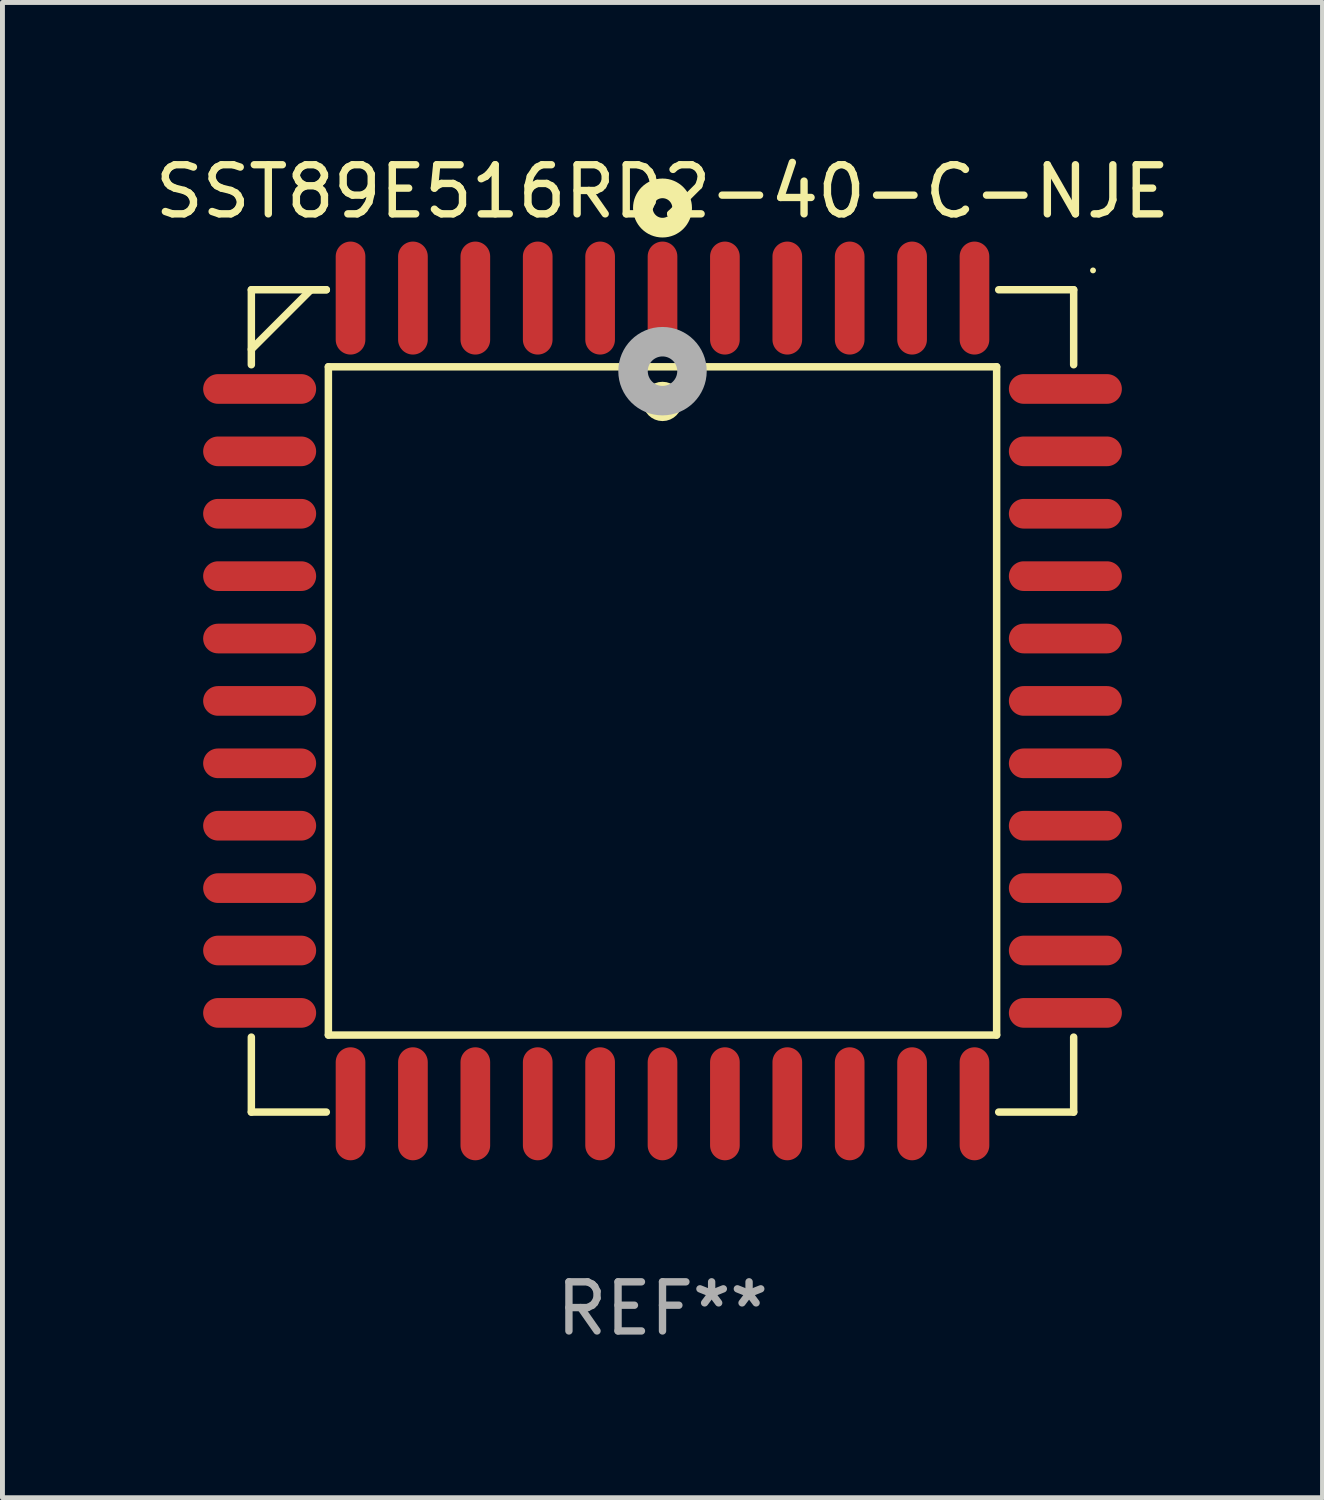
<source format=kicad_pcb>
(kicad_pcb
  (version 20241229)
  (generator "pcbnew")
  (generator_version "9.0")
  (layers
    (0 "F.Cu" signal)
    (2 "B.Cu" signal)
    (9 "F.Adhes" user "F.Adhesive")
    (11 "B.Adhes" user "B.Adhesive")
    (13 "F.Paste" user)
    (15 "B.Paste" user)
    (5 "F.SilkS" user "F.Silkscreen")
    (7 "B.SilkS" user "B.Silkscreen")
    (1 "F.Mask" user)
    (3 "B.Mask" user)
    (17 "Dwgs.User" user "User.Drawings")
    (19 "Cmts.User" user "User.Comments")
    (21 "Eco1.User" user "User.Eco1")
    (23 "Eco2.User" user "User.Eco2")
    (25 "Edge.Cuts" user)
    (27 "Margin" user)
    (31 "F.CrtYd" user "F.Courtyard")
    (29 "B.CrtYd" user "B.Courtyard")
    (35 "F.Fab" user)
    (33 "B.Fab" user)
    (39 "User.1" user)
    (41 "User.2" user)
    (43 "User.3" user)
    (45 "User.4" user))
  (footprint "SST89E516RD2-40-C-NJE"
    (layer "F.Cu")
    (at 10.435 11.217)
    (property "Reference" "SST89E516RD2-40-C-NJE" (at 0 -10.369 0) (layer "F.SilkS") (effects (font (size 1 1) (thickness 0.15))))
    (attr through_hole)
    (fp_line (start -8.369 -8.369) (end -8.369 -6.843) (stroke (width 0.152) (type solid)) (layer "F.SilkS"))
    (fp_line (start -8.369 8.369) (end -8.369 6.843) (stroke (width 0.152) (type solid)) (layer "F.SilkS"))
    (fp_line (start -7.156 -8.369) (end -8.369 -7.156) (stroke (width 0.152) (type solid)) (layer "F.SilkS"))
    (fp_line (start -6.843 -8.369) (end -8.369 -8.369) (stroke (width 0.152) (type solid)) (layer "F.SilkS"))
    (fp_line (start -6.843 -8.369) (end -7.156 -8.369) (stroke (width 0.152) (type solid)) (layer "F.SilkS"))
    (fp_line (start -6.843 8.369) (end -8.369 8.369) (stroke (width 0.152) (type solid)) (layer "F.SilkS"))
    (fp_line (start -6.801 -6.801) (end 6.801 -6.801) (stroke (width 0.152) (type solid)) (layer "F.SilkS"))
    (fp_line (start -6.801 6.801) (end -6.801 -6.801) (stroke (width 0.152) (type solid)) (layer "F.SilkS"))
    (fp_line (start 6.801 -6.801) (end 6.801 6.801) (stroke (width 0.152) (type solid)) (layer "F.SilkS"))
    (fp_line (start 6.801 6.801) (end -6.801 6.801) (stroke (width 0.152) (type solid)) (layer "F.SilkS"))
    (fp_line (start 6.843 -8.369) (end 8.369 -8.369) (stroke (width 0.152) (type solid)) (layer "F.SilkS"))
    (fp_line (start 6.843 8.369) (end 8.369 8.369) (stroke (width 0.152) (type solid)) (layer "F.SilkS"))
    (fp_line (start 8.369 -8.369) (end 8.369 -6.843) (stroke (width 0.152) (type solid)) (layer "F.SilkS"))
    (fp_line (start 8.369 8.369) (end 8.369 6.843) (stroke (width 0.152) (type solid)) (layer "F.SilkS"))
    (fp_circle (center -0.000013 -6.096) (end 0.2 -6.096) (stroke (width 0.4) (type solid)) (fill no) (layer "F.SilkS"))
    (fp_circle (center 0.000114 -10.033) (end 0.2 -10.033) (stroke (width 0.4) (type solid)) (fill no) (layer "F.SilkS"))
    (fp_circle (center 8.763 -8.763) (end 8.793 -8.763) (stroke (width 0.06) (type solid)) (fill no) (layer "F.SilkS"))
    (fp_circle (center 0.000114 -6.712) (end 0.3 -6.712) (stroke (width 0.6) (type solid)) (fill no) (layer "F.Fab"))
    (fp_text user "REF**" (at 0 12.369 0) (layer "F.Fab") (effects (font (size 1 1) (thickness 0.15))))
    (pad "1" smd oval (at 0.000114 -8.2) (size 0.604 2.3) (layers "F.Cu" "F.Mask" "F.Paste"))
    (pad "2" smd oval (at -1.27 -8.2) (size 0.604 2.3) (layers "F.Cu" "F.Mask" "F.Paste"))
    (pad "3" smd oval (at -2.54 -8.2) (size 0.604 2.3) (layers "F.Cu" "F.Mask" "F.Paste"))
    (pad "4" smd oval (at -3.81 -8.2) (size 0.604 2.3) (layers "F.Cu" "F.Mask" "F.Paste"))
    (pad "5" smd oval (at -5.08 -8.2) (size 0.604 2.3) (layers "F.Cu" "F.Mask" "F.Paste"))
    (pad "6" smd oval (at -6.35 -8.2) (size 0.604 2.3) (layers "F.Cu" "F.Mask" "F.Paste"))
    (pad "7" smd oval (at -8.2 -6.35) (size 2.3 0.604) (layers "F.Cu" "F.Mask" "F.Paste"))
    (pad "8" smd oval (at -8.2 -5.08) (size 2.3 0.604) (layers "F.Cu" "F.Mask" "F.Paste"))
    (pad "9" smd oval (at -8.2 -3.81) (size 2.3 0.604) (layers "F.Cu" "F.Mask" "F.Paste"))
    (pad "10" smd oval (at -8.2 -2.54) (size 2.3 0.604) (layers "F.Cu" "F.Mask" "F.Paste"))
    (pad "11" smd oval (at -8.2 -1.27) (size 2.3 0.604) (layers "F.Cu" "F.Mask" "F.Paste"))
    (pad "12" smd oval (at -8.2 0.000127) (size 2.3 0.604) (layers "F.Cu" "F.Mask" "F.Paste"))
    (pad "13" smd oval (at -8.2 1.27) (size 2.3 0.604) (layers "F.Cu" "F.Mask" "F.Paste"))
    (pad "14" smd oval (at -8.2 2.54) (size 2.3 0.604) (layers "F.Cu" "F.Mask" "F.Paste"))
    (pad "15" smd oval (at -8.2 3.81) (size 2.3 0.604) (layers "F.Cu" "F.Mask" "F.Paste"))
    (pad "16" smd oval (at -8.2 5.08) (size 2.3 0.604) (layers "F.Cu" "F.Mask" "F.Paste"))
    (pad "17" smd oval (at -8.2 6.35) (size 2.3 0.604) (layers "F.Cu" "F.Mask" "F.Paste"))
    (pad "18" smd oval (at -6.35 8.2) (size 0.604 2.3) (layers "F.Cu" "F.Mask" "F.Paste"))
    (pad "19" smd oval (at -5.08 8.2) (size 0.604 2.3) (layers "F.Cu" "F.Mask" "F.Paste"))
    (pad "20" smd oval (at -3.81 8.2) (size 0.604 2.3) (layers "F.Cu" "F.Mask" "F.Paste"))
    (pad "21" smd oval (at -2.54 8.2) (size 0.604 2.3) (layers "F.Cu" "F.Mask" "F.Paste"))
    (pad "22" smd oval (at -1.27 8.2) (size 0.604 2.3) (layers "F.Cu" "F.Mask" "F.Paste"))
    (pad "23" smd oval (at 0.000114 8.2) (size 0.604 2.3) (layers "F.Cu" "F.Mask" "F.Paste"))
    (pad "24" smd oval (at 1.27 8.2) (size 0.604 2.3) (layers "F.Cu" "F.Mask" "F.Paste"))
    (pad "25" smd oval (at 2.54 8.2) (size 0.604 2.3) (layers "F.Cu" "F.Mask" "F.Paste"))
    (pad "26" smd oval (at 3.81 8.2) (size 0.604 2.3) (layers "F.Cu" "F.Mask" "F.Paste"))
    (pad "27" smd oval (at 5.08 8.2) (size 0.604 2.3) (layers "F.Cu" "F.Mask" "F.Paste"))
    (pad "28" smd oval (at 6.35 8.2) (size 0.604 2.3) (layers "F.Cu" "F.Mask" "F.Paste"))
    (pad "29" smd oval (at 8.2 6.35) (size 2.3 0.604) (layers "F.Cu" "F.Mask" "F.Paste"))
    (pad "30" smd oval (at 8.2 5.08) (size 2.3 0.604) (layers "F.Cu" "F.Mask" "F.Paste"))
    (pad "31" smd oval (at 8.2 3.81) (size 2.3 0.604) (layers "F.Cu" "F.Mask" "F.Paste"))
    (pad "32" smd oval (at 8.2 2.54) (size 2.3 0.604) (layers "F.Cu" "F.Mask" "F.Paste"))
    (pad "33" smd oval (at 8.2 1.27) (size 2.3 0.604) (layers "F.Cu" "F.Mask" "F.Paste"))
    (pad "34" smd oval (at 8.2 0.000127) (size 2.3 0.604) (layers "F.Cu" "F.Mask" "F.Paste"))
    (pad "35" smd oval (at 8.2 -1.27) (size 2.3 0.604) (layers "F.Cu" "F.Mask" "F.Paste"))
    (pad "36" smd oval (at 8.2 -2.54) (size 2.3 0.604) (layers "F.Cu" "F.Mask" "F.Paste"))
    (pad "37" smd oval (at 8.2 -3.81) (size 2.3 0.604) (layers "F.Cu" "F.Mask" "F.Paste"))
    (pad "38" smd oval (at 8.2 -5.08) (size 2.3 0.604) (layers "F.Cu" "F.Mask" "F.Paste"))
    (pad "39" smd oval (at 8.2 -6.35) (size 2.3 0.604) (layers "F.Cu" "F.Mask" "F.Paste"))
    (pad "40" smd oval (at 6.35 -8.2) (size 0.604 2.3) (layers "F.Cu" "F.Mask" "F.Paste"))
    (pad "41" smd oval (at 5.08 -8.2) (size 0.604 2.3) (layers "F.Cu" "F.Mask" "F.Paste"))
    (pad "42" smd oval (at 3.81 -8.2) (size 0.604 2.3) (layers "F.Cu" "F.Mask" "F.Paste"))
    (pad "43" smd oval (at 2.54 -8.2) (size 0.604 2.3) (layers "F.Cu" "F.Mask" "F.Paste"))
    (pad "44" smd oval (at 1.27 -8.2) (size 0.604 2.3) (layers "F.Cu" "F.Mask" "F.Paste")))
  (gr_rect
    (start -3 -3)
    (end 23.869 27.435)
    (stroke (width 0.1) (type default))
    (fill no)
    (layer "Edge.Cuts")))
</source>
